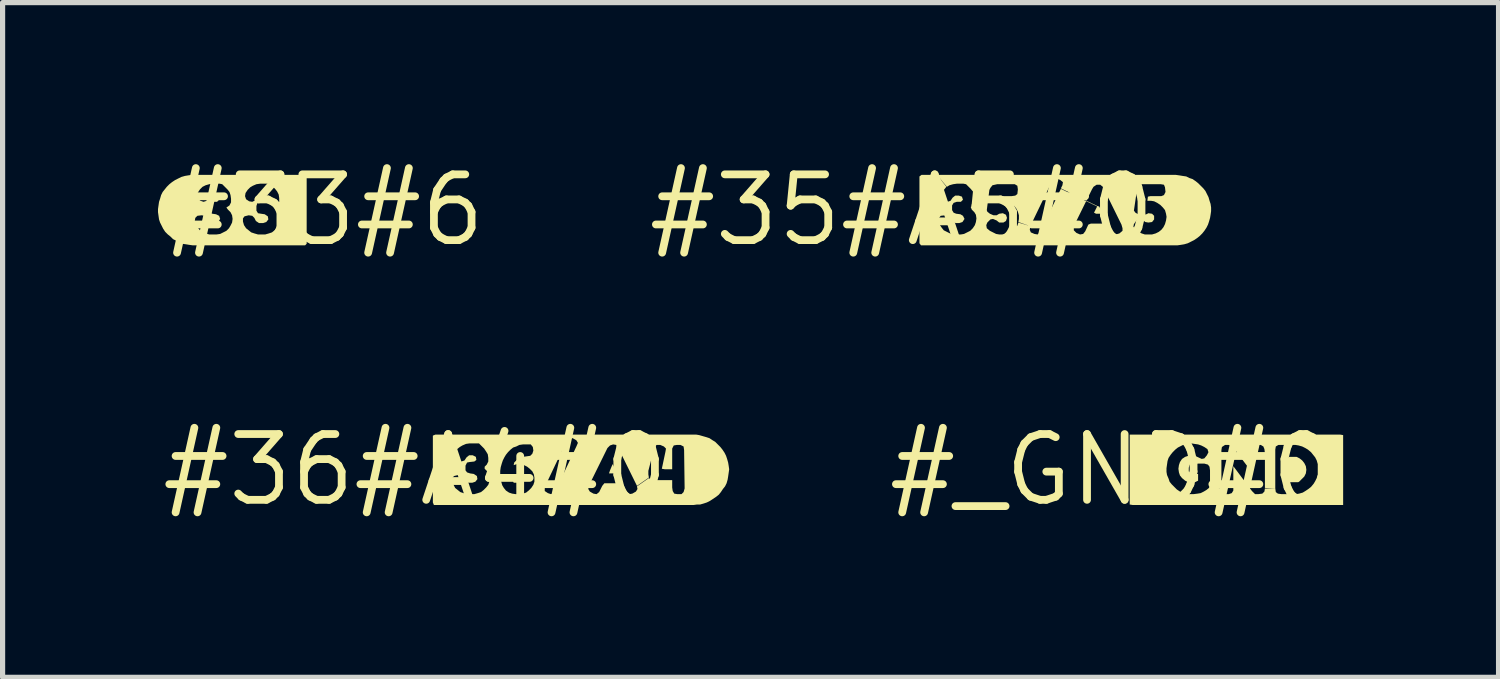
<source format=kicad_pcb>
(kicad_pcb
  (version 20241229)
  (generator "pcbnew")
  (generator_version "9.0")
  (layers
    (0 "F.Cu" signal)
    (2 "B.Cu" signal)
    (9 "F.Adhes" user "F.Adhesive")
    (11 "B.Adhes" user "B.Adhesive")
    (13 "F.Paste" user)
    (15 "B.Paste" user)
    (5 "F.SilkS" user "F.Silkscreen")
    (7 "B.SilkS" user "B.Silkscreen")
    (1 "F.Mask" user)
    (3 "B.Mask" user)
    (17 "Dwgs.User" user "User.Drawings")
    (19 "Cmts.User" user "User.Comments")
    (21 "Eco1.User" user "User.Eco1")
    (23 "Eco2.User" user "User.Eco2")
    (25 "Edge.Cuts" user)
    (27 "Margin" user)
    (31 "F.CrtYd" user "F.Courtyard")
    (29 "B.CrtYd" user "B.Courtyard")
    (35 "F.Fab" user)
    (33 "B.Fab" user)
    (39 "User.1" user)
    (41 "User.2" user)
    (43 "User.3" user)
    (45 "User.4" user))
  (footprint "#35#A5#0"
    (layer "F.Cu")
    (at 14.359 1.006)
    (property "Reference" "#35#A5#0" (at 0 0 0) (layer "F.SilkS") (effects (font (size 1.27 1.27) (thickness 0.15))))
    (attr through_hole)
    (fp_poly (pts (xy 0.65 -0.68) (xy 0.38 -0.68) (xy 0.34 -0.65) (xy 0.34 0.64) (xy 0.37 0.68) (xy 5.25 0.68) (xy 5.32 0.68) (xy 5.39 0.67) (xy 5.45 0.66) (xy 5.52 0.64) (xy 5.58 0.61) (xy 5.64 0.58) (xy 5.7 0.54) (xy 5.75 0.5) (xy 5.8 0.45) (xy 5.84 0.4) (xy 5.88 0.34) (xy 5.91 0.28) (xy 5.93 0.22) (xy 5.95 0.15) (xy 5.96 0.09) (xy 5.97 0.02) (xy 5.97 -0.05) (xy 5.96 -0.12) (xy 5.94 -0.18) (xy 5.92 -0.25) (xy 5.89 -0.31) (xy 5.86 -0.37) (xy 5.82 -0.42) (xy 5.77 -0.47) (xy 5.72 -0.52) (xy 5.67 -0.56) (xy 5.61 -0.6) (xy 5.55 -0.62) (xy 5.49 -0.65) (xy 5.42 -0.66) (xy 5.36 -0.67) (xy 5.29 -0.68) (xy 0.68 -0.68) (xy 0.87 -0.45) (xy 0.92 -0.48) (xy 0.99 -0.5) (xy 1.06 -0.51) (xy 1.19 -0.51) (xy 1.24 -0.5) (xy 1.33 -0.41) (xy 1.38 -0.35) (xy 1.4 -0.29) (xy 1.42 -0.23) (xy 1.41 -0.16) (xy 1.38 -0.1) (xy 1.33 -0.06) (xy 1.35 -0.01) (xy 1.4 0.04) (xy 1.43 0.09) (xy 1.44 0.16) (xy 1.43 0.23) (xy 1.63 0.29) (xy 1.65 0.24) (xy 1.71 0.18) (xy 1.76 0.17) (xy 1.83 0.2) (xy 1.88 0.24) (xy 1.96 0.24) (xy 2.01 0.21) (xy 2.03 0.15) (xy 2.01 0.09) (xy 1.95 0.06) (xy 1.88 0.07) (xy 1.83 0.1) (xy 1.77 0.1) (xy 1.7 0.07) (xy 1.65 0.03) (xy 1.64 0) (xy 1.69 -0.39) (xy 1.71 -0.43) (xy 1.75 -0.48) (xy 1.84 -0.5) (xy 2.11 -0.5) (xy 2.18 -0.5) (xy 2.23 -0.47) (xy 2.24 -0.4) (xy 2.23 -0.31) (xy 2.19 -0.28) (xy 2.12 -0.27) (xy 1.92 -0.27) (xy 1.9 -0.23) (xy 1.92 -0.18) (xy 1.99 -0.17) (xy 2.06 -0.15) (xy 2.12 -0.12) (xy 2.17 -0.08) (xy 2.21 -0.03) (xy 2.24 0.03) (xy 2.26 0.1) (xy 2.26 0.17) (xy 2.25 0.23) (xy 2.48 0.31) (xy 2.89 -0.54) (xy 2.94 -0.6) (xy 2.99 -0.61) (xy 3.06 -0.58) (xy 3.11 -0.54) (xy 3.1 -0.48) (xy 3.07 -0.42) (xy 3.77 -0.08) (xy 3.81 -0.07) (xy 3.87 0.05) (xy 3.92 0.26) (xy 3.65 0.26) (xy 3.6 0.28) (xy 3.54 0.41) (xy 3.5 0.46) (xy 3.44 0.47) (xy 3.37 0.44) (xy 3.32 0.39) (xy 3.32 0.34) (xy 3.34 0.27) (xy 3.67 -0.4) (xy 3.7 -0.45) (xy 3.76 -0.49) (xy 3.83 -0.49) (xy 3.88 -0.45) (xy 3.91 -0.39) (xy 4.24 0.28) (xy 4.26 0.35) (xy 4.47 0.32) (xy 4.48 0.27) (xy 4.53 0.2) (xy 4.58 0.17) (xy 4.64 0.18) (xy 4.7 0.23) (xy 4.76 0.24) (xy 4.83 0.23) (xy 4.87 0.18) (xy 4.87 0.11) (xy 4.83 0.07) (xy 4.76 0.06) (xy 4.7 0.09) (xy 4.64 0.11) (xy 4.58 0.09) (xy 4.51 0.05) (xy 4.48 0.01) (xy 4.54 -0.4) (xy 4.57 -0.46) (xy 4.63 -0.5) (xy 4.65 -0.5) (xy 5 -0.5) (xy 5.06 -0.49) (xy 5.08 -0.44) (xy 5.09 -0.35) (xy 5.06 -0.29) (xy 5.01 -0.27) (xy 4.8 -0.27) (xy 4.75 -0.26) (xy 4.74 -0.18) (xy 4.81 -0.18) (xy 4.87 -0.17) (xy 4.93 -0.14) (xy 4.99 -0.1) (xy 5.04 -0.05) (xy 5.08 0) (xy 5.1 0.07) (xy 5.11 0.13) (xy 5.1 0.2) (xy 5.08 0.27) (xy 5.05 0.33) (xy 5.01 0.38) (xy 4.96 0.42) (xy 4.9 0.45) (xy 4.83 0.47) (xy 4.76 0.47) (xy 4.69 0.47) (xy 4.63 0.45) (xy 4.57 0.42) (xy 4.52 0.38) (xy 4.47 0.32) (xy 4.26 0.35) (xy 4.26 0.4) (xy 4.2 0.45) (xy 4.13 0.47) (xy 4.07 0.45) (xy 4.04 0.4) (xy 3.98 0.28) (xy 3.92 0.26) (xy 3.87 0.06) (xy 3.82 0.07) (xy 3.75 0.07) (xy 3.71 0.05) (xy 3.77 -0.07) (xy 3.07 -0.41) (xy 2.69 0.38) (xy 2.67 0.43) (xy 2.62 0.47) (xy 2.56 0.46) (xy 2.49 0.43) (xy 2.47 0.38) (xy 2.48 0.31) (xy 2.25 0.24) (xy 2.23 0.3) (xy 2.19 0.35) (xy 2.14 0.4) (xy 2.08 0.44) (xy 2.02 0.46) (xy 1.95 0.47) (xy 1.88 0.47) (xy 1.82 0.46) (xy 1.76 0.43) (xy 1.7 0.4) (xy 1.64 0.35) (xy 1.63 0.29) (xy 1.43 0.23) (xy 1.41 0.29) (xy 1.37 0.35) (xy 1.32 0.4) (xy 1.26 0.43) (xy 1.2 0.46) (xy 1.14 0.47) (xy 1.06 0.47) (xy 0.99 0.47) (xy 0.93 0.45) (xy 0.87 0.42) (xy 0.81 0.39) (xy 0.77 0.34) (xy 0.73 0.28) (xy 0.71 0.21) (xy 0.72 0.15) (xy 0.75 0.11) (xy 0.84 0.1) (xy 0.9 0.11) (xy 0.94 0.16) (xy 0.97 0.22) (xy 1.04 0.25) (xy 1.11 0.25) (xy 1.17 0.23) (xy 1.21 0.17) (xy 1.18 0.11) (xy 1.13 0.08) (xy 1.05 0.07) (xy 1 0.05) (xy 0.97 0) (xy 0.97 -0.09) (xy 1 -0.14) (xy 1.06 -0.16) (xy 1.14 -0.16) (xy 1.18 -0.2) (xy 1.16 -0.26) (xy 1.1 -0.28) (xy 1.03 -0.28) (xy 0.98 -0.24) (xy 0.94 -0.18) (xy 0.88 -0.16) (xy 0.82 -0.18) (xy 0.77 -0.22) (xy 0.75 -0.28) (xy 0.77 -0.35) (xy 0.82 -0.4) (xy 0.86 -0.45) (xy 0.68 -0.68)) (stroke (width 0) (type solid)) (fill yes) (layer "F.SilkS")))
  (footprint "#33#6"
    (layer "F.Cu")
    (at 3.21 1.006)
    (property "Reference" "#33#6" (at 0 0 0) (layer "F.SilkS") (effects (font (size 1.27 1.27) (thickness 0.15))))
    (attr through_hole)
    (fp_poly (pts (xy -2.56 -0.68) (xy -2.63 -0.67) (xy -2.69 -0.66) (xy -2.76 -0.64) (xy -2.82 -0.61) (xy -2.88 -0.58) (xy -2.94 -0.54) (xy -2.99 -0.5) (xy -3.04 -0.45) (xy -3.08 -0.4) (xy -3.12 -0.35) (xy -3.15 -0.29) (xy -3.17 -0.22) (xy -3.19 -0.16) (xy -3.2 -0.09) (xy -3.21 -0.02) (xy -3.21 0.04) (xy -3.2 0.11) (xy -3.19 0.18) (xy -3.17 0.24) (xy -3.14 0.3) (xy -3.11 0.36) (xy -3.07 0.42) (xy -3.02 0.47) (xy -2.97 0.51) (xy -2.92 0.56) (xy -2.86 0.59) (xy -2.8 0.62) (xy -2.74 0.65) (xy -2.67 0.66) (xy -2.61 0.67) (xy -2.54 0.68) (xy -0.37 0.68) (xy -0.34 0.65) (xy -0.34 -0.64) (xy -0.37 -0.68) (xy -2.53 -0.68) (xy -2.35 -0.45) (xy -2.29 -0.48) (xy -2.22 -0.5) (xy -2.16 -0.51) (xy -2.02 -0.51) (xy -1.97 -0.5) (xy -1.87 -0.4) (xy -1.83 -0.35) (xy -1.81 -0.29) (xy -1.8 -0.22) (xy -1.8 -0.15) (xy -1.83 -0.09) (xy -1.89 -0.05) (xy -1.86 -0.01) (xy -1.81 0.04) (xy -1.78 0.1) (xy -1.77 0.17) (xy -1.57 0.16) (xy -1.54 0.12) (xy -1.46 0.1) (xy -1.39 0.11) (xy -1.35 0.15) (xy -1.32 0.21) (xy -1.26 0.25) (xy -1.18 0.25) (xy -1.12 0.23) (xy -1.08 0.18) (xy -1.09 0.12) (xy -1.15 0.08) (xy -1.22 0.07) (xy -1.28 0.06) (xy -1.31 0.01) (xy -1.31 -0.08) (xy -1.29 -0.14) (xy -1.24 -0.15) (xy -1.15 -0.16) (xy -1.1 -0.19) (xy -1.11 -0.25) (xy -1.17 -0.28) (xy -1.24 -0.28) (xy -1.3 -0.24) (xy -1.33 -0.19) (xy -1.39 -0.16) (xy -1.45 -0.17) (xy -1.51 -0.21) (xy -1.53 -0.27) (xy -1.52 -0.33) (xy -1.48 -0.39) (xy -1.43 -0.44) (xy -1.38 -0.47) (xy -1.31 -0.5) (xy -1.24 -0.51) (xy -1.1 -0.51) (xy -1.05 -0.51) (xy -0.95 -0.41) (xy -0.91 -0.36) (xy -0.88 -0.3) (xy -0.87 -0.23) (xy -0.87 -0.16) (xy -0.9 -0.1) (xy -0.95 -0.06) (xy -0.94 -0.02) (xy -0.89 0.03) (xy -0.86 0.09) (xy -0.85 0.15) (xy -0.85 0.22) (xy -0.87 0.29) (xy -0.91 0.34) (xy -0.96 0.39) (xy -1.01 0.43) (xy -1.07 0.45) (xy -1.14 0.47) (xy -1.21 0.47) (xy -1.28 0.47) (xy -1.35 0.45) (xy -1.41 0.43) (xy -1.46 0.39) (xy -1.51 0.35) (xy -1.55 0.29) (xy -1.57 0.22) (xy -1.57 0.16) (xy -1.77 0.17) (xy -1.78 0.24) (xy -1.81 0.3) (xy -1.84 0.35) (xy -1.89 0.4) (xy -1.95 0.43) (xy -2.01 0.46) (xy -2.08 0.47) (xy -2.15 0.47) (xy -2.22 0.47) (xy -2.29 0.45) (xy -2.35 0.42) (xy -2.4 0.39) (xy -2.44 0.34) (xy -2.48 0.28) (xy -2.5 0.21) (xy -2.49 0.15) (xy -2.45 0.11) (xy -2.37 0.1) (xy -2.3 0.11) (xy -2.27 0.16) (xy -2.24 0.22) (xy -2.17 0.25) (xy -2.1 0.25) (xy -2.04 0.22) (xy -2.01 0.17) (xy -2.03 0.11) (xy -2.09 0.08) (xy -2.16 0.07) (xy -2.21 0.05) (xy -2.24 0) (xy -2.24 -0.09) (xy -2.21 -0.14) (xy -2.15 -0.16) (xy -2.07 -0.16) (xy -2.03 -0.2) (xy -2.05 -0.26) (xy -2.11 -0.28) (xy -2.18 -0.28) (xy -2.23 -0.24) (xy -2.27 -0.18) (xy -2.33 -0.16) (xy -2.39 -0.18) (xy -2.44 -0.22) (xy -2.46 -0.28) (xy -2.44 -0.34) (xy -2.4 -0.4) (xy -2.35 -0.45) (xy -2.53 -0.68)) (stroke (width 0) (type solid)) (fill yes) (layer "F.SilkS")))
  (footprint "#_GND#0"
    (layer "F.Cu")
    (at 18.418 6.019)
    (property "Reference" "#_GND#0" (at 0 0 0) (layer "F.SilkS") (effects (font (size 1.27 1.27) (thickness 0.15))))
    (attr through_hole)
    (fp_poly (pts (xy 3.61 0.23) (xy 3.66 0.18) (xy 3.71 0.13) (xy 3.74 0.07) (xy 3.75 0) (xy 3.74 -0.07) (xy 3.71 -0.13) (xy 3.67 -0.18) (xy 3.62 -0.22) (xy 3.56 -0.25) (xy 3.49 -0.25) (xy 3.42 -0.25) (xy 3.38 -0.22) (xy 3.38 0.18) (xy 3.39 0.24) (xy 3.59 0.24)) (stroke (width 0) (type solid)) (fill yes) (layer "F.SilkS"))
    (fp_poly (pts (xy 0.61 -0.68) (xy 0.34 -0.68) (xy 0.34 -0.61) (xy 0.34 0.67) (xy 0.4 0.68) (xy 4.46 0.68) (xy 4.46 0.61) (xy 4.46 -0.67) (xy 4.4 -0.68) (xy 0.68 -0.68) (xy 1.13 -0.29) (xy 1.17 -0.34) (xy 1.22 -0.39) (xy 1.27 -0.43) (xy 1.33 -0.46) (xy 1.39 -0.49) (xy 1.46 -0.5) (xy 1.53 -0.51) (xy 1.59 -0.5) (xy 1.66 -0.49) (xy 1.72 -0.47) (xy 1.78 -0.44) (xy 1.84 -0.4) (xy 1.86 -0.34) (xy 1.83 -0.28) (xy 1.78 -0.22) (xy 1.73 -0.21) (xy 1.6 -0.27) (xy 1.54 -0.28) (xy 1.47 -0.27) (xy 1.41 -0.25) (xy 1.35 -0.21) (xy 1.31 -0.15) (xy 1.29 -0.09) (xy 1.28 -0.02) (xy 1.29 0.05) (xy 1.31 0.11) (xy 1.35 0.16) (xy 1.41 0.21) (xy 1.47 0.24) (xy 1.53 0.24) (xy 1.6 0.24) (xy 1.66 0.21) (xy 1.66 0.08) (xy 1.52 0.07) (xy 1.48 0.03) (xy 1.48 -0.04) (xy 1.5 -0.1) (xy 1.56 -0.12) (xy 1.57 -0.12) (xy 1.78 -0.12) (xy 1.85 -0.1) (xy 1.88 -0.06) (xy 1.89 0.01) (xy 1.89 0.28) (xy 2.11 0.37) (xy 2.11 -0.38) (xy 2.12 -0.44) (xy 2.18 -0.48) (xy 2.25 -0.48) (xy 2.31 -0.46) (xy 2.36 -0.4) (xy 2.64 -0.03) (xy 2.7 0.05) (xy 2.72 0.07) (xy 2.72 -0.34) (xy 2.72 -0.41) (xy 2.79 -0.48) (xy 2.87 -0.48) (xy 2.92 -0.45) (xy 2.94 -0.4) (xy 2.95 -0.32) (xy 2.95 0.35) (xy 3.15 0.36) (xy 3.15 -0.39) (xy 3.16 -0.45) (xy 3.21 -0.48) (xy 3.26 -0.48) (xy 3.54 -0.48) (xy 3.6 -0.47) (xy 3.67 -0.45) (xy 3.73 -0.42) (xy 3.78 -0.39) (xy 3.84 -0.34) (xy 3.88 -0.29) (xy 3.92 -0.24) (xy 3.95 -0.18) (xy 3.97 -0.11) (xy 3.97 -0.04) (xy 3.97 0.03) (xy 3.97 0.09) (xy 3.95 0.16) (xy 3.92 0.22) (xy 3.89 0.27) (xy 3.84 0.33) (xy 3.79 0.37) (xy 3.73 0.41) (xy 3.68 0.44) (xy 3.61 0.46) (xy 3.55 0.47) (xy 3.48 0.47) (xy 3.27 0.47) (xy 3.2 0.46) (xy 3.16 0.43) (xy 3.15 0.36) (xy 2.95 0.36) (xy 2.94 0.42) (xy 2.9 0.46) (xy 2.82 0.47) (xy 2.76 0.47) (xy 2.7 0.41) (xy 2.34 -0.07) (xy 2.34 -0.01) (xy 2.34 0.4) (xy 2.31 0.45) (xy 2.25 0.47) (xy 2.16 0.47) (xy 2.12 0.43) (xy 2.11 0.37) (xy 1.89 0.29) (xy 1.87 0.35) (xy 1.82 0.39) (xy 1.77 0.42) (xy 1.71 0.45) (xy 1.65 0.46) (xy 1.57 0.47) (xy 1.5 0.47) (xy 1.43 0.46) (xy 1.37 0.45) (xy 1.31 0.42) (xy 1.25 0.38) (xy 1.2 0.33) (xy 1.15 0.28) (xy 1.11 0.23) (xy 1.09 0.17) (xy 1.06 0.1) (xy 1.05 0.04) (xy 1.05 -0.03) (xy 1.06 -0.1) (xy 1.07 -0.17) (xy 1.09 -0.23) (xy 1.13 -0.29) (xy 0.68 -0.68)) (stroke (width 0) (type solid)) (fill yes) (layer "F.SilkS")))
  (footprint "#36#A4#0"
    (layer "F.Cu")
    (at 4.966 6.019)
    (property "Reference" "#36#A4#0" (at 0 0 0) (layer "F.SilkS") (effects (font (size 1.27 1.27) (thickness 0.15))))
    (attr through_hole)
    (fp_poly (pts (xy 0.66 -0.68) (xy 0.39 -0.68) (xy 0.34 -0.66) (xy 0.34 0.63) (xy 0.36 0.68) (xy 5.37 0.68) (xy 5.44 0.67) (xy 5.5 0.67) (xy 5.57 0.65) (xy 5.63 0.63) (xy 5.69 0.6) (xy 5.75 0.56) (xy 5.81 0.52) (xy 5.86 0.48) (xy 5.9 0.43) (xy 5.94 0.37) (xy 5.98 0.32) (xy 6.01 0.26) (xy 6.03 0.19) (xy 6.04 0.13) (xy 6.05 0.06) (xy 6.06 -0.01) (xy 6.05 -0.08) (xy 6.04 -0.14) (xy 6.02 -0.21) (xy 6 -0.27) (xy 5.97 -0.33) (xy 5.93 -0.39) (xy 5.89 -0.44) (xy 5.84 -0.49) (xy 5.79 -0.54) (xy 5.74 -0.57) (xy 5.68 -0.61) (xy 5.62 -0.63) (xy 5.55 -0.65) (xy 5.48 -0.67) (xy 5.42 -0.68) (xy 5.35 -0.68) (xy 0.68 -0.68) (xy 0.86 -0.44) (xy 0.91 -0.47) (xy 0.98 -0.5) (xy 1.05 -0.51) (xy 1.18 -0.51) (xy 1.23 -0.51) (xy 1.33 -0.41) (xy 1.37 -0.35) (xy 1.4 -0.3) (xy 1.41 -0.23) (xy 1.41 -0.16) (xy 1.38 -0.1) (xy 1.34 -0.06) (xy 1.34 -0.02) (xy 1.39 0.03) (xy 1.43 0.09) (xy 1.44 0.15) (xy 1.88 0.19) (xy 1.89 0.13) (xy 1.95 0.1) (xy 1.9 -0.09) (xy 1.96 -0.11) (xy 2.03 -0.11) (xy 2.1 -0.09) (xy 2.16 -0.06) (xy 2.21 -0.02) (xy 2.26 0.03) (xy 2.29 0.09) (xy 2.3 0.15) (xy 2.3 0.23) (xy 2.28 0.29) (xy 2.5 0.36) (xy 2.52 0.29) (xy 2.9 -0.51) (xy 2.94 -0.57) (xy 2.98 -0.61) (xy 3.04 -0.61) (xy 3.11 -0.57) (xy 3.14 -0.52) (xy 3.11 -0.45) (xy 3.81 -0.11) (xy 3.82 -0.09) (xy 3.88 0.03) (xy 3.88 0.07) (xy 3.74 0.07) (xy 3.65 0.26) (xy 3.61 0.31) (xy 3.55 0.43) (xy 3.5 0.47) (xy 3.44 0.46) (xy 3.37 0.42) (xy 3.34 0.37) (xy 3.35 0.31) (xy 3.71 -0.42) (xy 3.76 -0.47) (xy 3.82 -0.49) (xy 3.88 -0.48) (xy 3.92 -0.42) (xy 4.28 0.31) (xy 4.51 0.15) (xy 4.5 0.09) (xy 4.5 0.02) (xy 4.6 -0.37) (xy 4.62 -0.44) (xy 4.66 -0.48) (xy 4.73 -0.48) (xy 4.8 -0.45) (xy 4.84 -0.41) (xy 4.83 -0.35) (xy 4.76 -0.02) (xy 4.82 -0.01) (xy 4.96 -0.01) (xy 4.96 -0.07) (xy 4.96 -0.41) (xy 4.99 -0.47) (xy 5.05 -0.48) (xy 5.12 -0.48) (xy 5.18 -0.45) (xy 5.19 -0.38) (xy 5.2 0.36) (xy 5.18 0.43) (xy 5.14 0.47) (xy 5.06 0.47) (xy 5 0.46) (xy 4.97 0.41) (xy 4.96 0.34) (xy 4.96 0.2) (xy 4.9 0.2) (xy 4.63 0.2) (xy 4.55 0.19) (xy 4.51 0.16) (xy 4.28 0.32) (xy 4.29 0.37) (xy 4.26 0.42) (xy 4.19 0.46) (xy 4.13 0.47) (xy 4.08 0.43) (xy 4.02 0.31) (xy 3.99 0.26) (xy 3.65 0.26) (xy 3.74 0.07) (xy 3.76 0.01) (xy 3.81 -0.11) (xy 3.11 -0.45) (xy 2.71 0.4) (xy 2.68 0.45) (xy 2.62 0.47) (xy 2.56 0.45) (xy 2.5 0.41) (xy 2.5 0.36) (xy 2.28 0.29) (xy 2.24 0.35) (xy 2.19 0.4) (xy 2.14 0.44) (xy 2.08 0.46) (xy 2.01 0.47) (xy 1.94 0.47) (xy 1.87 0.46) (xy 1.81 0.44) (xy 1.75 0.4) (xy 1.71 0.35) (xy 1.68 0.3) (xy 1.66 0.23) (xy 1.64 0.17) (xy 1.64 0.09) (xy 1.64 0.02) (xy 1.65 -0.05) (xy 1.67 -0.12) (xy 1.69 -0.18) (xy 1.72 -0.24) (xy 1.75 -0.29) (xy 1.79 -0.34) (xy 1.84 -0.39) (xy 1.89 -0.43) (xy 1.95 -0.45) (xy 2.01 -0.48) (xy 2.08 -0.49) (xy 2.15 -0.49) (xy 2.23 -0.49) (xy 2.27 -0.44) (xy 2.28 -0.37) (xy 2.26 -0.31) (xy 2.22 -0.27) (xy 2.15 -0.26) (xy 2.08 -0.25) (xy 2.01 -0.23) (xy 1.96 -0.19) (xy 1.91 -0.14) (xy 1.9 -0.09) (xy 1.95 0.1) (xy 2.02 0.1) (xy 2.07 0.15) (xy 2.07 0.21) (xy 2.03 0.25) (xy 1.9 0.25) (xy 1.88 0.2) (xy 1.44 0.16) (xy 1.43 0.23) (xy 1.41 0.29) (xy 1.37 0.34) (xy 1.32 0.39) (xy 1.27 0.43) (xy 1.21 0.45) (xy 1.14 0.47) (xy 1.07 0.47) (xy 1 0.47) (xy 0.93 0.45) (xy 0.87 0.43) (xy 0.82 0.39) (xy 0.77 0.35) (xy 0.74 0.29) (xy 0.72 0.22) (xy 0.71 0.16) (xy 0.75 0.12) (xy 0.83 0.1) (xy 0.9 0.11) (xy 0.94 0.15) (xy 0.97 0.22) (xy 1.03 0.25) (xy 1.1 0.25) (xy 1.16 0.23) (xy 1.2 0.18) (xy 1.19 0.12) (xy 1.13 0.08) (xy 1.06 0.07) (xy 1 0.05) (xy 0.97 0.01) (xy 0.97 -0.08) (xy 1 -0.14) (xy 1.05 -0.15) (xy 1.14 -0.16) (xy 1.18 -0.19) (xy 1.17 -0.25) (xy 1.11 -0.28) (xy 1.04 -0.28) (xy 0.99 -0.24) (xy 0.95 -0.18) (xy 0.89 -0.16) (xy 0.83 -0.17) (xy 0.77 -0.22) (xy 0.75 -0.27) (xy 0.77 -0.33) (xy 0.81 -0.4) (xy 0.86 -0.44) (xy 0.68 -0.68)) (stroke (width 0) (type solid)) (fill yes) (layer "F.SilkS")))
  (gr_rect
    (start -3 -3)
    (end 25.878 10.025)
    (stroke (width 0.1) (type default))
    (fill no)
    (layer "Edge.Cuts")))
</source>
